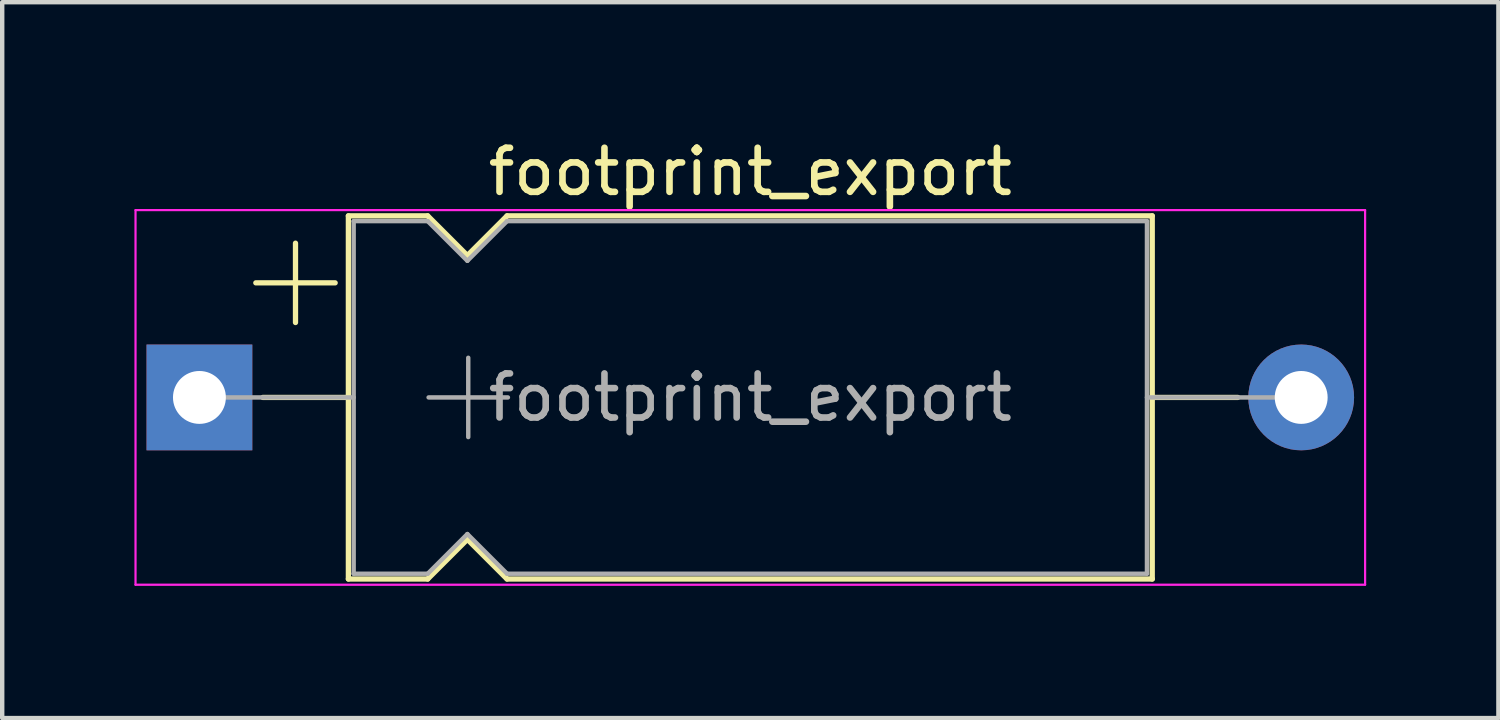
<source format=kicad_pcb>
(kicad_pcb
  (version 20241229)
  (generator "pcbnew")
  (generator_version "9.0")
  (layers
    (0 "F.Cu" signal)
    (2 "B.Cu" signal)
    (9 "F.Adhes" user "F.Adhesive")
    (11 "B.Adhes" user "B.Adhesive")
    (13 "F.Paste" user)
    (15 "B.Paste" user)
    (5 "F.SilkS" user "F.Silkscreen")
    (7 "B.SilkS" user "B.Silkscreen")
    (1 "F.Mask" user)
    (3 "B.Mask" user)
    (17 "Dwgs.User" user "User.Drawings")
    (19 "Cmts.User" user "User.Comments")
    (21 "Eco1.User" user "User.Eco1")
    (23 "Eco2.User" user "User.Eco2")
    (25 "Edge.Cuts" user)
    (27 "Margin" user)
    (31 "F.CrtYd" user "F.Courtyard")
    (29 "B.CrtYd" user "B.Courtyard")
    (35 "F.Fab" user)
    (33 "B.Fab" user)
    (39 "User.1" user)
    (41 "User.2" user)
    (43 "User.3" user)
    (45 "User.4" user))
  (footprint "footprint_export"
    (layer "F.Cu")
    (at 1.475 5.968)
    (property "Reference" "footprint_export" (at 12.5 -5.12 0) (layer "F.SilkS") (effects (font (size 1 1) (thickness 0.15))))
    (attr through_hole)
    (fp_line (start 1.28 -2.6) (end 3.08 -2.6) (stroke (width 0.12) (type solid)) (layer "F.SilkS"))
    (fp_line (start 1.44 0) (end 3.38 0) (stroke (width 0.12) (type solid)) (layer "F.SilkS"))
    (fp_line (start 2.18 -3.5) (end 2.18 -1.7) (stroke (width 0.12) (type solid)) (layer "F.SilkS"))
    (fp_line (start 3.38 -4.12) (end 3.38 4.12) (stroke (width 0.12) (type solid)) (layer "F.SilkS"))
    (fp_line (start 3.38 -4.12) (end 5.18 -4.12) (stroke (width 0.12) (type solid)) (layer "F.SilkS"))
    (fp_line (start 3.38 4.12) (end 5.18 4.12) (stroke (width 0.12) (type solid)) (layer "F.SilkS"))
    (fp_line (start 5.18 -4.12) (end 6.08 -3.22) (stroke (width 0.12) (type solid)) (layer "F.SilkS"))
    (fp_line (start 5.18 4.12) (end 6.08 3.22) (stroke (width 0.12) (type solid)) (layer "F.SilkS"))
    (fp_line (start 6.08 -3.22) (end 6.98 -4.12) (stroke (width 0.12) (type solid)) (layer "F.SilkS"))
    (fp_line (start 6.08 3.22) (end 6.98 4.12) (stroke (width 0.12) (type solid)) (layer "F.SilkS"))
    (fp_line (start 6.98 -4.12) (end 21.62 -4.12) (stroke (width 0.12) (type solid)) (layer "F.SilkS"))
    (fp_line (start 6.98 4.12) (end 21.62 4.12) (stroke (width 0.12) (type solid)) (layer "F.SilkS"))
    (fp_line (start 21.62 -4.12) (end 21.62 4.12) (stroke (width 0.12) (type solid)) (layer "F.SilkS"))
    (fp_line (start 23.56 0) (end 21.62 0) (stroke (width 0.12) (type solid)) (layer "F.SilkS"))
    (fp_line (start -1.45 -4.25) (end -1.45 4.25) (stroke (width 0.05) (type solid)) (layer "F.CrtYd"))
    (fp_line (start -1.45 4.25) (end 26.45 4.25) (stroke (width 0.05) (type solid)) (layer "F.CrtYd"))
    (fp_line (start 26.45 -4.25) (end -1.45 -4.25) (stroke (width 0.05) (type solid)) (layer "F.CrtYd"))
    (fp_line (start 26.45 4.25) (end 26.45 -4.25) (stroke (width 0.05) (type solid)) (layer "F.CrtYd"))
    (fp_line (start 0 0) (end 3.5 0) (stroke (width 0.1) (type solid)) (layer "F.Fab"))
    (fp_line (start 3.5 -4) (end 3.5 4) (stroke (width 0.1) (type solid)) (layer "F.Fab"))
    (fp_line (start 3.5 -4) (end 5.18 -4) (stroke (width 0.1) (type solid)) (layer "F.Fab"))
    (fp_line (start 3.5 4) (end 5.18 4) (stroke (width 0.1) (type solid)) (layer "F.Fab"))
    (fp_line (start 5.18 -4) (end 6.08 -3.1) (stroke (width 0.1) (type solid)) (layer "F.Fab"))
    (fp_line (start 5.18 4) (end 6.08 3.1) (stroke (width 0.1) (type solid)) (layer "F.Fab"))
    (fp_line (start 5.2 0) (end 7 0) (stroke (width 0.1) (type solid)) (layer "F.Fab"))
    (fp_line (start 6.08 -3.1) (end 6.98 -4) (stroke (width 0.1) (type solid)) (layer "F.Fab"))
    (fp_line (start 6.08 3.1) (end 6.98 4) (stroke (width 0.1) (type solid)) (layer "F.Fab"))
    (fp_line (start 6.1 -0.9) (end 6.1 0.9) (stroke (width 0.1) (type solid)) (layer "F.Fab"))
    (fp_line (start 6.98 -4) (end 21.5 -4) (stroke (width 0.1) (type solid)) (layer "F.Fab"))
    (fp_line (start 6.98 4) (end 21.5 4) (stroke (width 0.1) (type solid)) (layer "F.Fab"))
    (fp_line (start 21.5 -4) (end 21.5 4) (stroke (width 0.1) (type solid)) (layer "F.Fab"))
    (fp_line (start 25 0) (end 21.5 0) (stroke (width 0.1) (type solid)) (layer "F.Fab"))
    (fp_text user "${REFERENCE}" (at 12.5 0 0) (layer "F.Fab") (effects (font (size 1 1) (thickness 0.15))))
    (pad "1" thru_hole rect (at 0 0) (size 2.4 2.4) (drill 1.2) (layers "*.Cu" "*.Mask"))
    (pad "2" thru_hole oval (at 25 0) (size 2.4 2.4) (drill 1.2) (layers "*.Cu" "*.Mask")))
  (gr_rect
    (start -3 -3)
    (end 30.95 13.243)
    (stroke (width 0.1) (type default))
    (fill no)
    (layer "Edge.Cuts")))
</source>
